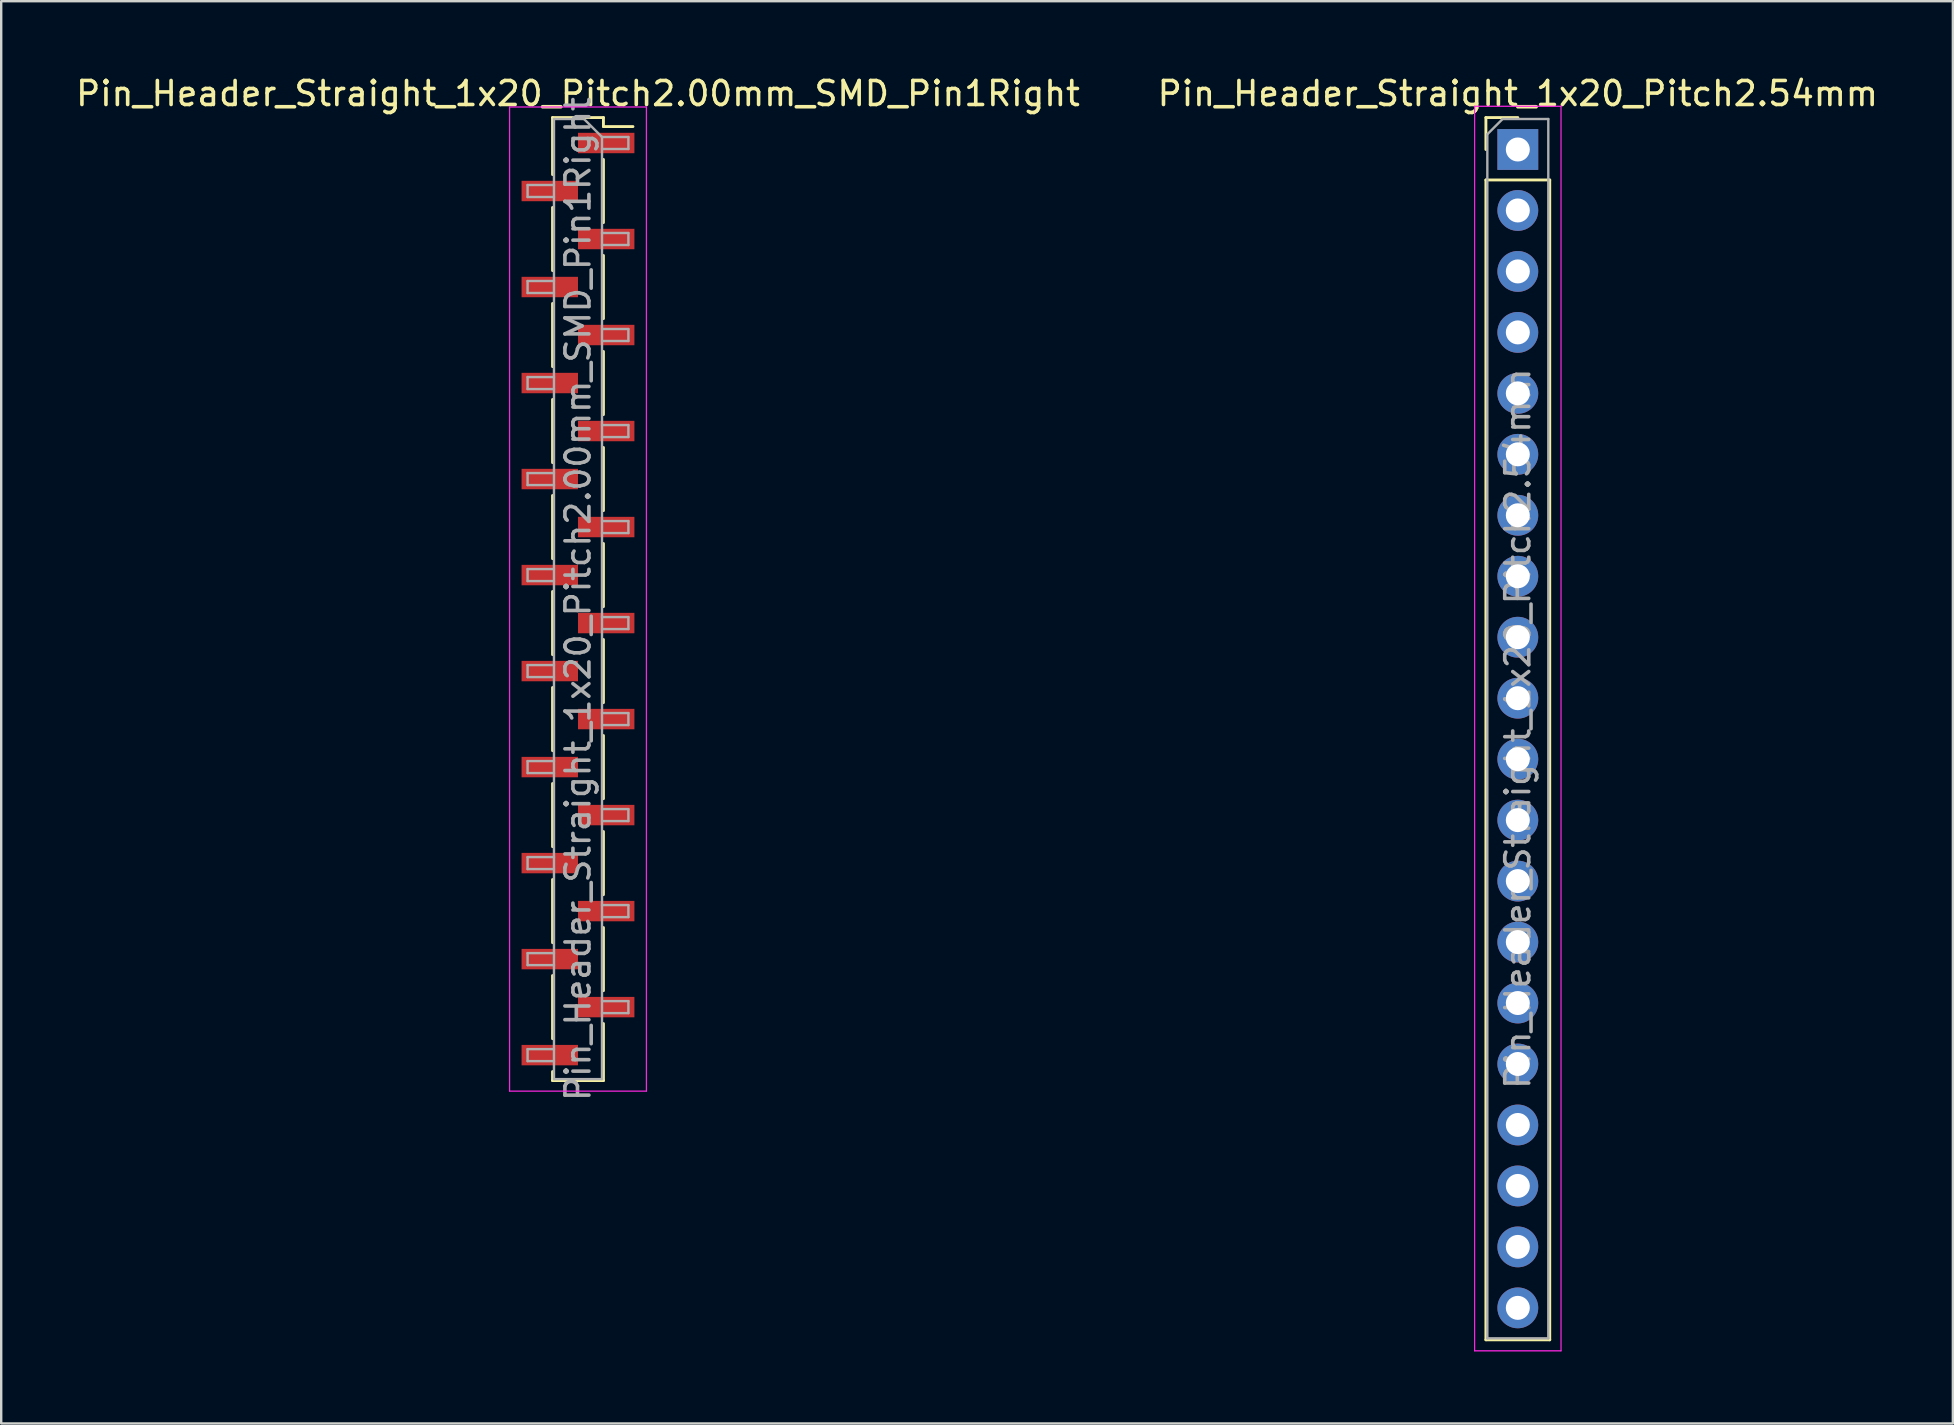
<source format=kicad_pcb>
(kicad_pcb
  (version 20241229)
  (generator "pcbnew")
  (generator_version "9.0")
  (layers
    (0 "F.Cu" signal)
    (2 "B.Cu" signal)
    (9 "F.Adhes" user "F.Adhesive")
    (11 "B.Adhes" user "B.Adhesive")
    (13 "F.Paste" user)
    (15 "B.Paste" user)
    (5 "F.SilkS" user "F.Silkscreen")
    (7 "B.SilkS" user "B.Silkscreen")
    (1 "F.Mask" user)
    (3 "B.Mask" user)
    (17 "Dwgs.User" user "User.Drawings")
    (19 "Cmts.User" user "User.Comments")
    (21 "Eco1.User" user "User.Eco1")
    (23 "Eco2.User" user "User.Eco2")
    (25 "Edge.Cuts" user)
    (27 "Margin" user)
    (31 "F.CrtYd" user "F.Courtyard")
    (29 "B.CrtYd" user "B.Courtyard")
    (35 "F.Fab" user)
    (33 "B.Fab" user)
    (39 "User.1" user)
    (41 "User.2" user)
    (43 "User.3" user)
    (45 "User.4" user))
  (footprint "Pin_Header_Straight_1x20_Pitch2.54mm"
    (layer "F.Cu")
    (at 60.185 3.178)
    (property "Reference" "Pin_Header_Straight_1x20_Pitch2.54mm" (at 0 -2.33 0) (layer "F.SilkS") (effects (font (size 1 1) (thickness 0.15))))
    (attr through_hole)
    (fp_line (start -1.33 -1.33) (end 0 -1.33) (stroke (width 0.12) (type solid)) (layer "F.SilkS"))
    (fp_line (start -1.33 0) (end -1.33 -1.33) (stroke (width 0.12) (type solid)) (layer "F.SilkS"))
    (fp_line (start -1.33 1.27) (end -1.33 49.59) (stroke (width 0.12) (type solid)) (layer "F.SilkS"))
    (fp_line (start -1.33 1.27) (end 1.33 1.27) (stroke (width 0.12) (type solid)) (layer "F.SilkS"))
    (fp_line (start -1.33 49.59) (end 1.33 49.59) (stroke (width 0.12) (type solid)) (layer "F.SilkS"))
    (fp_line (start 1.33 1.27) (end 1.33 49.59) (stroke (width 0.12) (type solid)) (layer "F.SilkS"))
    (fp_line (start -1.8 -1.8) (end -1.8 50.05) (stroke (width 0.05) (type solid)) (layer "F.CrtYd"))
    (fp_line (start -1.8 50.05) (end 1.8 50.05) (stroke (width 0.05) (type solid)) (layer "F.CrtYd"))
    (fp_line (start 1.8 -1.8) (end -1.8 -1.8) (stroke (width 0.05) (type solid)) (layer "F.CrtYd"))
    (fp_line (start 1.8 50.05) (end 1.8 -1.8) (stroke (width 0.05) (type solid)) (layer "F.CrtYd"))
    (fp_line (start -1.27 -0.635) (end -0.635 -1.27) (stroke (width 0.1) (type solid)) (layer "F.Fab"))
    (fp_line (start -1.27 49.53) (end -1.27 -0.635) (stroke (width 0.1) (type solid)) (layer "F.Fab"))
    (fp_line (start -0.635 -1.27) (end 1.27 -1.27) (stroke (width 0.1) (type solid)) (layer "F.Fab"))
    (fp_line (start 1.27 -1.27) (end 1.27 49.53) (stroke (width 0.1) (type solid)) (layer "F.Fab"))
    (fp_line (start 1.27 49.53) (end -1.27 49.53) (stroke (width 0.1) (type solid)) (layer "F.Fab"))
    (fp_text user "${REFERENCE}" (at 0 24.13 90) (layer "F.Fab") (effects (font (size 1 1) (thickness 0.15))))
    (pad "1" thru_hole rect (at 0 0) (size 1.7 1.7) (drill 1) (layers "*.Cu" "*.Mask"))
    (pad "2" thru_hole oval (at 0 2.54) (size 1.7 1.7) (drill 1) (layers "*.Cu" "*.Mask"))
    (pad "3" thru_hole oval (at 0 5.08) (size 1.7 1.7) (drill 1) (layers "*.Cu" "*.Mask"))
    (pad "4" thru_hole oval (at 0 7.62) (size 1.7 1.7) (drill 1) (layers "*.Cu" "*.Mask"))
    (pad "5" thru_hole oval (at 0 10.16) (size 1.7 1.7) (drill 1) (layers "*.Cu" "*.Mask"))
    (pad "6" thru_hole oval (at 0 12.7) (size 1.7 1.7) (drill 1) (layers "*.Cu" "*.Mask"))
    (pad "7" thru_hole oval (at 0 15.24) (size 1.7 1.7) (drill 1) (layers "*.Cu" "*.Mask"))
    (pad "8" thru_hole oval (at 0 17.78) (size 1.7 1.7) (drill 1) (layers "*.Cu" "*.Mask"))
    (pad "9" thru_hole oval (at 0 20.32) (size 1.7 1.7) (drill 1) (layers "*.Cu" "*.Mask"))
    (pad "10" thru_hole oval (at 0 22.86) (size 1.7 1.7) (drill 1) (layers "*.Cu" "*.Mask"))
    (pad "11" thru_hole oval (at 0 25.4) (size 1.7 1.7) (drill 1) (layers "*.Cu" "*.Mask"))
    (pad "12" thru_hole oval (at 0 27.94) (size 1.7 1.7) (drill 1) (layers "*.Cu" "*.Mask"))
    (pad "13" thru_hole oval (at 0 30.48) (size 1.7 1.7) (drill 1) (layers "*.Cu" "*.Mask"))
    (pad "14" thru_hole oval (at 0 33.02) (size 1.7 1.7) (drill 1) (layers "*.Cu" "*.Mask"))
    (pad "15" thru_hole oval (at 0 35.56) (size 1.7 1.7) (drill 1) (layers "*.Cu" "*.Mask"))
    (pad "16" thru_hole oval (at 0 38.1) (size 1.7 1.7) (drill 1) (layers "*.Cu" "*.Mask"))
    (pad "17" thru_hole oval (at 0 40.64) (size 1.7 1.7) (drill 1) (layers "*.Cu" "*.Mask"))
    (pad "18" thru_hole oval (at 0 43.18) (size 1.7 1.7) (drill 1) (layers "*.Cu" "*.Mask"))
    (pad "19" thru_hole oval (at 0 45.72) (size 1.7 1.7) (drill 1) (layers "*.Cu" "*.Mask"))
    (pad "20" thru_hole oval (at 0 48.26) (size 1.7 1.7) (drill 1) (layers "*.Cu" "*.Mask")))
  (footprint "Pin_Header_Straight_1x20_Pitch2.00mm_SMD_Pin1Right"
    (layer "F.Cu")
    (at 21.03 21.908)
    (property "Reference" "Pin_Header_Straight_1x20_Pitch2.00mm_SMD_Pin1Right" (at 0 -21.06 0) (layer "F.SilkS") (effects (font (size 1 1) (thickness 0.15))))
    (attr smd)
    (fp_line (start -1.06 -20.06) (end -1.06 -17.685) (stroke (width 0.12) (type solid)) (layer "F.SilkS"))
    (fp_line (start -1.06 -20.06) (end 1.06 -20.06) (stroke (width 0.12) (type solid)) (layer "F.SilkS"))
    (fp_line (start -1.06 -16.315) (end -1.06 -13.685) (stroke (width 0.12) (type solid)) (layer "F.SilkS"))
    (fp_line (start -1.06 -12.315) (end -1.06 -9.685) (stroke (width 0.12) (type solid)) (layer "F.SilkS"))
    (fp_line (start -1.06 -8.315) (end -1.06 -5.685) (stroke (width 0.12) (type solid)) (layer "F.SilkS"))
    (fp_line (start -1.06 -4.315) (end -1.06 -1.685) (stroke (width 0.12) (type solid)) (layer "F.SilkS"))
    (fp_line (start -1.06 -0.315) (end -1.06 2.315) (stroke (width 0.12) (type solid)) (layer "F.SilkS"))
    (fp_line (start -1.06 3.685) (end -1.06 6.315) (stroke (width 0.12) (type solid)) (layer "F.SilkS"))
    (fp_line (start -1.06 7.685) (end -1.06 10.315) (stroke (width 0.12) (type solid)) (layer "F.SilkS"))
    (fp_line (start -1.06 11.685) (end -1.06 14.315) (stroke (width 0.12) (type solid)) (layer "F.SilkS"))
    (fp_line (start -1.06 15.685) (end -1.06 18.315) (stroke (width 0.12) (type solid)) (layer "F.SilkS"))
    (fp_line (start -1.06 19.685) (end -1.06 20.06) (stroke (width 0.12) (type solid)) (layer "F.SilkS"))
    (fp_line (start -1.06 20.06) (end 1.06 20.06) (stroke (width 0.12) (type solid)) (layer "F.SilkS"))
    (fp_line (start 1.06 -20.06) (end 1.06 -19.685) (stroke (width 0.12) (type solid)) (layer "F.SilkS"))
    (fp_line (start 1.06 -19.685) (end 2.29 -19.685) (stroke (width 0.12) (type solid)) (layer "F.SilkS"))
    (fp_line (start 1.06 -18.315) (end 1.06 -15.685) (stroke (width 0.12) (type solid)) (layer "F.SilkS"))
    (fp_line (start 1.06 -14.315) (end 1.06 -11.685) (stroke (width 0.12) (type solid)) (layer "F.SilkS"))
    (fp_line (start 1.06 -10.315) (end 1.06 -7.685) (stroke (width 0.12) (type solid)) (layer "F.SilkS"))
    (fp_line (start 1.06 -6.315) (end 1.06 -3.685) (stroke (width 0.12) (type solid)) (layer "F.SilkS"))
    (fp_line (start 1.06 -2.315) (end 1.06 0.315) (stroke (width 0.12) (type solid)) (layer "F.SilkS"))
    (fp_line (start 1.06 1.685) (end 1.06 4.315) (stroke (width 0.12) (type solid)) (layer "F.SilkS"))
    (fp_line (start 1.06 5.685) (end 1.06 8.315) (stroke (width 0.12) (type solid)) (layer "F.SilkS"))
    (fp_line (start 1.06 9.685) (end 1.06 12.315) (stroke (width 0.12) (type solid)) (layer "F.SilkS"))
    (fp_line (start 1.06 13.685) (end 1.06 16.315) (stroke (width 0.12) (type solid)) (layer "F.SilkS"))
    (fp_line (start 1.06 17.685) (end 1.06 20.06) (stroke (width 0.12) (type solid)) (layer "F.SilkS"))
    (fp_line (start -2.85 -20.5) (end -2.85 20.5) (stroke (width 0.05) (type solid)) (layer "F.CrtYd"))
    (fp_line (start -2.85 20.5) (end 2.85 20.5) (stroke (width 0.05) (type solid)) (layer "F.CrtYd"))
    (fp_line (start 2.85 -20.5) (end -2.85 -20.5) (stroke (width 0.05) (type solid)) (layer "F.CrtYd"))
    (fp_line (start 2.85 20.5) (end 2.85 -20.5) (stroke (width 0.05) (type solid)) (layer "F.CrtYd"))
    (fp_line (start -2.1 -17.25) (end -2.1 -16.75) (stroke (width 0.1) (type solid)) (layer "F.Fab"))
    (fp_line (start -2.1 -16.75) (end -1 -16.75) (stroke (width 0.1) (type solid)) (layer "F.Fab"))
    (fp_line (start -2.1 -13.25) (end -2.1 -12.75) (stroke (width 0.1) (type solid)) (layer "F.Fab"))
    (fp_line (start -2.1 -12.75) (end -1 -12.75) (stroke (width 0.1) (type solid)) (layer "F.Fab"))
    (fp_line (start -2.1 -9.25) (end -2.1 -8.75) (stroke (width 0.1) (type solid)) (layer "F.Fab"))
    (fp_line (start -2.1 -8.75) (end -1 -8.75) (stroke (width 0.1) (type solid)) (layer "F.Fab"))
    (fp_line (start -2.1 -5.25) (end -2.1 -4.75) (stroke (width 0.1) (type solid)) (layer "F.Fab"))
    (fp_line (start -2.1 -4.75) (end -1 -4.75) (stroke (width 0.1) (type solid)) (layer "F.Fab"))
    (fp_line (start -2.1 -1.25) (end -2.1 -0.75) (stroke (width 0.1) (type solid)) (layer "F.Fab"))
    (fp_line (start -2.1 -0.75) (end -1 -0.75) (stroke (width 0.1) (type solid)) (layer "F.Fab"))
    (fp_line (start -2.1 2.75) (end -2.1 3.25) (stroke (width 0.1) (type solid)) (layer "F.Fab"))
    (fp_line (start -2.1 3.25) (end -1 3.25) (stroke (width 0.1) (type solid)) (layer "F.Fab"))
    (fp_line (start -2.1 6.75) (end -2.1 7.25) (stroke (width 0.1) (type solid)) (layer "F.Fab"))
    (fp_line (start -2.1 7.25) (end -1 7.25) (stroke (width 0.1) (type solid)) (layer "F.Fab"))
    (fp_line (start -2.1 10.75) (end -2.1 11.25) (stroke (width 0.1) (type solid)) (layer "F.Fab"))
    (fp_line (start -2.1 11.25) (end -1 11.25) (stroke (width 0.1) (type solid)) (layer "F.Fab"))
    (fp_line (start -2.1 14.75) (end -2.1 15.25) (stroke (width 0.1) (type solid)) (layer "F.Fab"))
    (fp_line (start -2.1 15.25) (end -1 15.25) (stroke (width 0.1) (type solid)) (layer "F.Fab"))
    (fp_line (start -2.1 18.75) (end -2.1 19.25) (stroke (width 0.1) (type solid)) (layer "F.Fab"))
    (fp_line (start -2.1 19.25) (end -1 19.25) (stroke (width 0.1) (type solid)) (layer "F.Fab"))
    (fp_line (start -1 -20) (end -1 20) (stroke (width 0.1) (type solid)) (layer "F.Fab"))
    (fp_line (start -1 -20) (end 0.25 -20) (stroke (width 0.1) (type solid)) (layer "F.Fab"))
    (fp_line (start -1 -17.25) (end -2.1 -17.25) (stroke (width 0.1) (type solid)) (layer "F.Fab"))
    (fp_line (start -1 -13.25) (end -2.1 -13.25) (stroke (width 0.1) (type solid)) (layer "F.Fab"))
    (fp_line (start -1 -9.25) (end -2.1 -9.25) (stroke (width 0.1) (type solid)) (layer "F.Fab"))
    (fp_line (start -1 -5.25) (end -2.1 -5.25) (stroke (width 0.1) (type solid)) (layer "F.Fab"))
    (fp_line (start -1 -1.25) (end -2.1 -1.25) (stroke (width 0.1) (type solid)) (layer "F.Fab"))
    (fp_line (start -1 2.75) (end -2.1 2.75) (stroke (width 0.1) (type solid)) (layer "F.Fab"))
    (fp_line (start -1 6.75) (end -2.1 6.75) (stroke (width 0.1) (type solid)) (layer "F.Fab"))
    (fp_line (start -1 10.75) (end -2.1 10.75) (stroke (width 0.1) (type solid)) (layer "F.Fab"))
    (fp_line (start -1 14.75) (end -2.1 14.75) (stroke (width 0.1) (type solid)) (layer "F.Fab"))
    (fp_line (start -1 18.75) (end -2.1 18.75) (stroke (width 0.1) (type solid)) (layer "F.Fab"))
    (fp_line (start 1 -19.25) (end 0.25 -20) (stroke (width 0.1) (type solid)) (layer "F.Fab"))
    (fp_line (start 1 -19.25) (end 2.1 -19.25) (stroke (width 0.1) (type solid)) (layer "F.Fab"))
    (fp_line (start 1 -15.25) (end 2.1 -15.25) (stroke (width 0.1) (type solid)) (layer "F.Fab"))
    (fp_line (start 1 -11.25) (end 2.1 -11.25) (stroke (width 0.1) (type solid)) (layer "F.Fab"))
    (fp_line (start 1 -7.25) (end 2.1 -7.25) (stroke (width 0.1) (type solid)) (layer "F.Fab"))
    (fp_line (start 1 -3.25) (end 2.1 -3.25) (stroke (width 0.1) (type solid)) (layer "F.Fab"))
    (fp_line (start 1 0.75) (end 2.1 0.75) (stroke (width 0.1) (type solid)) (layer "F.Fab"))
    (fp_line (start 1 4.75) (end 2.1 4.75) (stroke (width 0.1) (type solid)) (layer "F.Fab"))
    (fp_line (start 1 8.75) (end 2.1 8.75) (stroke (width 0.1) (type solid)) (layer "F.Fab"))
    (fp_line (start 1 12.75) (end 2.1 12.75) (stroke (width 0.1) (type solid)) (layer "F.Fab"))
    (fp_line (start 1 16.75) (end 2.1 16.75) (stroke (width 0.1) (type solid)) (layer "F.Fab"))
    (fp_line (start 1 20) (end -1 20) (stroke (width 0.1) (type solid)) (layer "F.Fab"))
    (fp_line (start 1 20) (end 1 -19.25) (stroke (width 0.1) (type solid)) (layer "F.Fab"))
    (fp_line (start 2.1 -19.25) (end 2.1 -18.75) (stroke (width 0.1) (type solid)) (layer "F.Fab"))
    (fp_line (start 2.1 -18.75) (end 1 -18.75) (stroke (width 0.1) (type solid)) (layer "F.Fab"))
    (fp_line (start 2.1 -15.25) (end 2.1 -14.75) (stroke (width 0.1) (type solid)) (layer "F.Fab"))
    (fp_line (start 2.1 -14.75) (end 1 -14.75) (stroke (width 0.1) (type solid)) (layer "F.Fab"))
    (fp_line (start 2.1 -11.25) (end 2.1 -10.75) (stroke (width 0.1) (type solid)) (layer "F.Fab"))
    (fp_line (start 2.1 -10.75) (end 1 -10.75) (stroke (width 0.1) (type solid)) (layer "F.Fab"))
    (fp_line (start 2.1 -7.25) (end 2.1 -6.75) (stroke (width 0.1) (type solid)) (layer "F.Fab"))
    (fp_line (start 2.1 -6.75) (end 1 -6.75) (stroke (width 0.1) (type solid)) (layer "F.Fab"))
    (fp_line (start 2.1 -3.25) (end 2.1 -2.75) (stroke (width 0.1) (type solid)) (layer "F.Fab"))
    (fp_line (start 2.1 -2.75) (end 1 -2.75) (stroke (width 0.1) (type solid)) (layer "F.Fab"))
    (fp_line (start 2.1 0.75) (end 2.1 1.25) (stroke (width 0.1) (type solid)) (layer "F.Fab"))
    (fp_line (start 2.1 1.25) (end 1 1.25) (stroke (width 0.1) (type solid)) (layer "F.Fab"))
    (fp_line (start 2.1 4.75) (end 2.1 5.25) (stroke (width 0.1) (type solid)) (layer "F.Fab"))
    (fp_line (start 2.1 5.25) (end 1 5.25) (stroke (width 0.1) (type solid)) (layer "F.Fab"))
    (fp_line (start 2.1 8.75) (end 2.1 9.25) (stroke (width 0.1) (type solid)) (layer "F.Fab"))
    (fp_line (start 2.1 9.25) (end 1 9.25) (stroke (width 0.1) (type solid)) (layer "F.Fab"))
    (fp_line (start 2.1 12.75) (end 2.1 13.25) (stroke (width 0.1) (type solid)) (layer "F.Fab"))
    (fp_line (start 2.1 13.25) (end 1 13.25) (stroke (width 0.1) (type solid)) (layer "F.Fab"))
    (fp_line (start 2.1 16.75) (end 2.1 17.25) (stroke (width 0.1) (type solid)) (layer "F.Fab"))
    (fp_line (start 2.1 17.25) (end 1 17.25) (stroke (width 0.1) (type solid)) (layer "F.Fab"))
    (fp_text user "${REFERENCE}" (at 0 0 90) (layer "F.Fab") (effects (font (size 1 1) (thickness 0.15))))
    (pad "1" smd rect (at 1.175 -19) (size 2.35 0.85) (layers "F.Cu" "F.Mask" "F.Paste"))
    (pad "2" smd rect (at -1.175 -17) (size 2.35 0.85) (layers "F.Cu" "F.Mask" "F.Paste"))
    (pad "3" smd rect (at 1.175 -15) (size 2.35 0.85) (layers "F.Cu" "F.Mask" "F.Paste"))
    (pad "4" smd rect (at -1.175 -13) (size 2.35 0.85) (layers "F.Cu" "F.Mask" "F.Paste"))
    (pad "5" smd rect (at 1.175 -11) (size 2.35 0.85) (layers "F.Cu" "F.Mask" "F.Paste"))
    (pad "6" smd rect (at -1.175 -9) (size 2.35 0.85) (layers "F.Cu" "F.Mask" "F.Paste"))
    (pad "7" smd rect (at 1.175 -7) (size 2.35 0.85) (layers "F.Cu" "F.Mask" "F.Paste"))
    (pad "8" smd rect (at -1.175 -5) (size 2.35 0.85) (layers "F.Cu" "F.Mask" "F.Paste"))
    (pad "9" smd rect (at 1.175 -3) (size 2.35 0.85) (layers "F.Cu" "F.Mask" "F.Paste"))
    (pad "10" smd rect (at -1.175 -1) (size 2.35 0.85) (layers "F.Cu" "F.Mask" "F.Paste"))
    (pad "11" smd rect (at 1.175 1) (size 2.35 0.85) (layers "F.Cu" "F.Mask" "F.Paste"))
    (pad "12" smd rect (at -1.175 3) (size 2.35 0.85) (layers "F.Cu" "F.Mask" "F.Paste"))
    (pad "13" smd rect (at 1.175 5) (size 2.35 0.85) (layers "F.Cu" "F.Mask" "F.Paste"))
    (pad "14" smd rect (at -1.175 7) (size 2.35 0.85) (layers "F.Cu" "F.Mask" "F.Paste"))
    (pad "15" smd rect (at 1.175 9) (size 2.35 0.85) (layers "F.Cu" "F.Mask" "F.Paste"))
    (pad "16" smd rect (at -1.175 11) (size 2.35 0.85) (layers "F.Cu" "F.Mask" "F.Paste"))
    (pad "17" smd rect (at 1.175 13) (size 2.35 0.85) (layers "F.Cu" "F.Mask" "F.Paste"))
    (pad "18" smd rect (at -1.175 15) (size 2.35 0.85) (layers "F.Cu" "F.Mask" "F.Paste"))
    (pad "19" smd rect (at 1.175 17) (size 2.35 0.85) (layers "F.Cu" "F.Mask" "F.Paste"))
    (pad "20" smd rect (at -1.175 19) (size 2.35 0.85) (layers "F.Cu" "F.Mask" "F.Paste")))
  (gr_rect
    (start -3 -3)
    (end 78.31 56.253)
    (stroke (width 0.1) (type default))
    (fill no)
    (layer "Edge.Cuts")))
</source>
